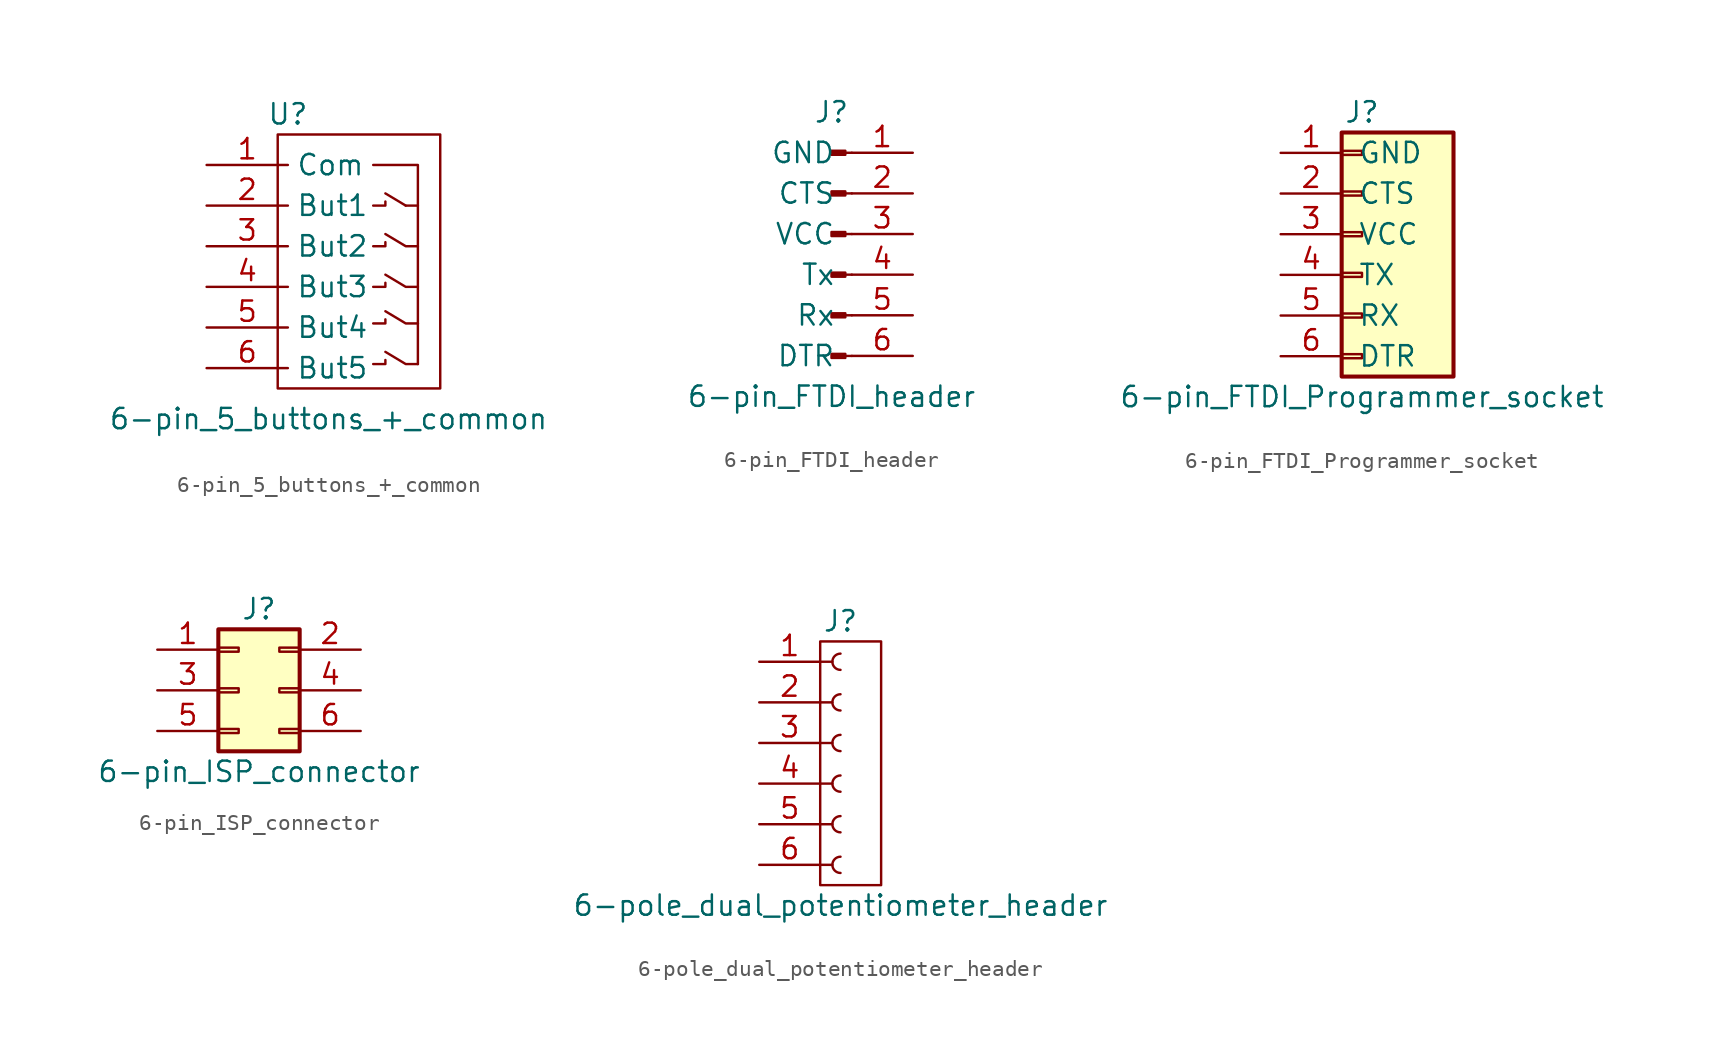
<source format=kicad_sym>
(kicad_symbol_lib
  (version 20231120)
  (generator "kicad_symbol_editor")
  (generator_version "8.0")
  (symbol "6-pin_5_buttons_+_common"
    (property "Reference" "U"
      (at 5.08 3.175 0)
      (effects (font (size 1.27 1.27))))
    (property "Value" "6-pin_5_buttons_+_common"
      (at 7.62 -15.875 0)
      (effects (font (size 1.27 1.27))))
    (symbol "6-pin_5_buttons_+_common_0_1"
      (polyline (pts (xy 11.176 -1.778) (xy 12.446 -2.54)) (stroke (width 0.152) (type default)) (fill (type none)))
      (polyline (pts (xy 13.208 -12.446) (xy 13.208 -9.906)) (stroke (width 0) (type default)) (fill (type none)))
      (polyline (pts (xy 10.414 -12.446) (xy 11.176 -12.446) (xy 11.176 -12.192)) (stroke (width 0.152) (type default)) (fill (type none)))
      (polyline (pts (xy 10.414 -9.906) (xy 11.176 -9.906) (xy 11.176 -9.652)) (stroke (width 0.152) (type default)) (fill (type none)))
      (polyline (pts (xy 10.414 -7.62) (xy 11.176 -7.62) (xy 11.176 -7.366)) (stroke (width 0.152) (type default)) (fill (type none)))
      (polyline (pts (xy 10.414 -5.08) (xy 11.176 -5.08) (xy 11.176 -4.826)) (stroke (width 0.152) (type default)) (fill (type none)))
      (polyline (pts (xy 10.414 -2.54) (xy 11.176 -2.54) (xy 11.176 -2.286)) (stroke (width 0.152) (type default)) (fill (type none)))
      (polyline (pts (xy 11.176 -6.858) (xy 12.446 -7.62) (xy 13.208 -7.62)) (stroke (width 0.152) (type default)) (fill (type none)))
      (polyline (pts (xy 12.446 -2.54) (xy 13.208 -2.54) (xy 13.208 -9.906)) (stroke (width 0.152) (type default)) (fill (type none)))
      (polyline (pts (xy 13.208 -12.446) (xy 12.446 -12.446) (xy 11.176 -11.684)) (stroke (width 0.152) (type default)) (fill (type none)))
      (polyline (pts (xy 13.208 -9.906) (xy 12.446 -9.906) (xy 11.176 -9.144)) (stroke (width 0.152) (type default)) (fill (type none)))
      (polyline (pts (xy 13.208 -5.08) (xy 12.446 -5.08) (xy 11.176 -4.318)) (stroke (width 0.152) (type default)) (fill (type none)))
      (polyline (pts (xy 13.208 -2.54) (xy 13.208 0) (xy 10.414 0)) (stroke (width 0.152) (type default)) (fill (type none)))
      (polyline (pts (xy 4.445 -13.97) (xy 4.445 1.905) (xy 14.605 1.905) (xy 14.605 -13.97) (xy 4.445 -13.97)) (stroke (width 0) (type default)) (fill (type none))))
    (symbol "6-pin_5_buttons_+_common_1_1"
      (pin input line (at 0 0 0) (length 5.08) (name "Com" (effects (font (size 1.27 1.27)))) (number "1" (effects (font (size 1.27 1.27)))))
      (pin output line (at 0 -2.54 0) (length 5.08) (name "But1" (effects (font (size 1.27 1.27)))) (number "2" (effects (font (size 1.27 1.27)))))
      (pin output line (at 0 -5.08 0) (length 5.08) (name "But2" (effects (font (size 1.27 1.27)))) (number "3" (effects (font (size 1.27 1.27)))))
      (pin output line (at 0 -7.62 0) (length 5.08) (name "But3" (effects (font (size 1.27 1.27)))) (number "4" (effects (font (size 1.27 1.27)))))
      (pin output line (at 0 -10.16 0) (length 5.08) (name "But4" (effects (font (size 1.27 1.27)))) (number "5" (effects (font (size 1.27 1.27)))))
      (pin output line (at 0 -12.7 0) (length 5.08) (name "But5" (effects (font (size 1.27 1.27)))) (number "6" (effects (font (size 1.27 1.27)))))))
  (symbol "6-pin_FTDI_header"
    (pin_names
      (offset 1.016))
    (property "Reference" "J"
      (at 0 7.62 0)
      (effects (font (size 1.27 1.27))))
    (property "Value" "6-pin_FTDI_header"
      (at 0 -10.16 0)
      (effects (font (size 1.27 1.27))))
    (symbol "6-pin_FTDI_header_1_1"
      (polyline (pts (xy 1.27 -7.62) (xy 0.864 -7.62)) (stroke (width 0.152) (type default)) (fill (type none)))
      (polyline (pts (xy 1.27 -5.08) (xy 0.864 -5.08)) (stroke (width 0.152) (type default)) (fill (type none)))
      (polyline (pts (xy 1.27 -2.54) (xy 0.864 -2.54)) (stroke (width 0.152) (type default)) (fill (type none)))
      (polyline (pts (xy 1.27 0) (xy 0.864 0)) (stroke (width 0.152) (type default)) (fill (type none)))
      (polyline (pts (xy 1.27 2.54) (xy 0.864 2.54)) (stroke (width 0.152) (type default)) (fill (type none)))
      (polyline (pts (xy 1.27 5.08) (xy 0.864 5.08)) (stroke (width 0.152) (type default)) (fill (type none)))
      (rectangle (start 0.864 -7.493) (end 0 -7.747) (stroke (width 0.152) (type default)) (fill (type outline)))
      (rectangle (start 0.864 -4.953) (end 0 -5.207) (stroke (width 0.152) (type default)) (fill (type outline)))
      (rectangle (start 0.864 -2.413) (end 0 -2.667) (stroke (width 0.152) (type default)) (fill (type outline)))
      (rectangle (start 0.864 0.127) (end 0 -0.127) (stroke (width 0.152) (type default)) (fill (type outline)))
      (rectangle (start 0.864 2.667) (end 0 2.413) (stroke (width 0.152) (type default)) (fill (type outline)))
      (rectangle (start 0.864 5.207) (end 0 4.953) (stroke (width 0.152) (type default)) (fill (type outline)))
      (pin passive line (at 5.08 5.08 180) (length 3.81) (name "GND" (effects (font (size 1.27 1.27)))) (number "1" (effects (font (size 1.27 1.27)))))
      (pin passive line (at 5.08 2.54 180) (length 3.81) (name "CTS" (effects (font (size 1.27 1.27)))) (number "2" (effects (font (size 1.27 1.27)))))
      (pin passive line (at 5.08 0 180) (length 3.81) (name "VCC" (effects (font (size 1.27 1.27)))) (number "3" (effects (font (size 1.27 1.27)))))
      (pin passive line (at 5.08 -2.54 180) (length 3.81) (name "Tx" (effects (font (size 1.27 1.27)))) (number "4" (effects (font (size 1.27 1.27)))))
      (pin passive line (at 5.08 -5.08 180) (length 3.81) (name "Rx" (effects (font (size 1.27 1.27)))) (number "5" (effects (font (size 1.27 1.27)))))
      (pin passive line (at 5.08 -7.62 180) (length 3.81) (name "DTR" (effects (font (size 1.27 1.27)))) (number "6" (effects (font (size 1.27 1.27)))))))
  (symbol "6-pin_FTDI_Programmer_socket"
    (pin_names
      (offset 1.016))
    (property "Reference" "J"
      (at 0 7.62 0)
      (effects (font (size 1.27 1.27))))
    (property "Value" "6-pin_FTDI_Programmer_socket"
      (at 0 -10.16 0)
      (effects (font (size 1.27 1.27))))
    (symbol "6-pin_FTDI_Programmer_socket_1_1"
      (rectangle (start -1.27 -7.493) (end 0 -7.747) (stroke (width 0.152) (type default)) (fill (type none)))
      (rectangle (start -1.27 -4.953) (end 0 -5.207) (stroke (width 0.152) (type default)) (fill (type none)))
      (rectangle (start -1.27 -2.413) (end 0 -2.667) (stroke (width 0.152) (type default)) (fill (type none)))
      (rectangle (start -1.27 0.127) (end 0 -0.127) (stroke (width 0.152) (type default)) (fill (type none)))
      (rectangle (start -1.27 2.667) (end 0 2.413) (stroke (width 0.152) (type default)) (fill (type none)))
      (rectangle (start -1.27 5.207) (end 0 4.953) (stroke (width 0.152) (type default)) (fill (type none)))
      (rectangle (start -1.27 6.35) (end 5.715 -8.89) (stroke (width 0.254) (type default)) (fill (type background)))
      (pin power_out line (at -5.08 5.08 0) (length 3.81) (name "GND" (effects (font (size 1.27 1.27)))) (number "1" (effects (font (size 1.27 1.27)))))
      (pin bidirectional line (at -5.08 2.54 0) (length 3.81) (name "CTS" (effects (font (size 1.27 1.27)))) (number "2" (effects (font (size 1.27 1.27)))))
      (pin power_out line (at -5.08 0 0) (length 3.81) (name "VCC" (effects (font (size 1.27 1.27)))) (number "3" (effects (font (size 1.27 1.27)))))
      (pin output line (at -5.08 -2.54 0) (length 3.81) (name "TX" (effects (font (size 1.27 1.27)))) (number "4" (effects (font (size 1.27 1.27)))))
      (pin input line (at -5.08 -5.08 0) (length 3.81) (name "RX" (effects (font (size 1.27 1.27)))) (number "5" (effects (font (size 1.27 1.27)))))
      (pin bidirectional line (at -5.08 -7.62 0) (length 3.81) (name "DTR" (effects (font (size 1.27 1.27)))) (number "6" (effects (font (size 1.27 1.27)))))))
  (symbol "6-pin_ISP_connector"
    (pin_names
      (offset 1.016) hide)
    (property "Reference" "J"
      (at 1.27 5.08 0)
      (effects (font (size 1.27 1.27))))
    (property "Value" "6-pin_ISP_connector"
      (at 1.27 -5.08 0)
      (effects (font (size 1.27 1.27))))
    (symbol "6-pin_ISP_connector_1_1"
      (rectangle (start -1.27 -2.413) (end 0 -2.667) (stroke (width 0.152) (type default)) (fill (type none)))
      (rectangle (start -1.27 0.127) (end 0 -0.127) (stroke (width 0.152) (type default)) (fill (type none)))
      (rectangle (start -1.27 2.667) (end 0 2.413) (stroke (width 0.152) (type default)) (fill (type none)))
      (rectangle (start -1.27 3.81) (end 3.81 -3.81) (stroke (width 0.254) (type default)) (fill (type background)))
      (rectangle (start 3.81 -2.413) (end 2.54 -2.667) (stroke (width 0.152) (type default)) (fill (type none)))
      (rectangle (start 3.81 0.127) (end 2.54 -0.127) (stroke (width 0.152) (type default)) (fill (type none)))
      (rectangle (start 3.81 2.667) (end 2.54 2.413) (stroke (width 0.152) (type default)) (fill (type none)))
      (pin passive line (at -5.08 2.54 0) (length 3.81) (name "Pin_1" (effects (font (size 1.27 1.27)))) (number "1" (effects (font (size 1.27 1.27)))))
      (pin passive line (at 7.62 2.54 180) (length 3.81) (name "Pin_2" (effects (font (size 1.27 1.27)))) (number "2" (effects (font (size 1.27 1.27)))))
      (pin passive line (at -5.08 0 0) (length 3.81) (name "Pin_3" (effects (font (size 1.27 1.27)))) (number "3" (effects (font (size 1.27 1.27)))))
      (pin passive line (at 7.62 0 180) (length 3.81) (name "Pin_4" (effects (font (size 1.27 1.27)))) (number "4" (effects (font (size 1.27 1.27)))))
      (pin passive line (at -5.08 -2.54 0) (length 3.81) (name "Pin_5" (effects (font (size 1.27 1.27)))) (number "5" (effects (font (size 1.27 1.27)))))
      (pin passive line (at 7.62 -2.54 180) (length 3.81) (name "Pin_6" (effects (font (size 1.27 1.27)))) (number "6" (effects (font (size 1.27 1.27)))))))
  (symbol "6-pole_dual_potentiometer_header"
    (pin_names
      (offset 1.016) hide)
    (property "Reference" "J"
      (at 0 7.62 0)
      (effects (font (size 1.27 1.27))))
    (property "Value" "6-pole_dual_potentiometer_header"
      (at 0 -10.16 0)
      (effects (font (size 1.27 1.27))))
    (symbol "6-pole_dual_potentiometer_header_0_1"
      (rectangle (start -1.27 6.35) (end 2.54 -8.89) (stroke (width 0) (type default)) (fill (type none))))
    (symbol "6-pole_dual_potentiometer_header_1_1"
      (arc (start 0 -7.112) (mid -0.5058 -7.62) (end 0 -8.128) (stroke (width 0.1524) (type default)) (fill (type none)))
      (arc (start 0 -4.572) (mid -0.5058 -5.08) (end 0 -5.588) (stroke (width 0.1524) (type default)) (fill (type none)))
      (arc (start 0 -2.032) (mid -0.5058 -2.54) (end 0 -3.048) (stroke (width 0.1524) (type default)) (fill (type none)))
      (polyline (pts (xy -1.27 -7.62) (xy -0.508 -7.62)) (stroke (width 0.152) (type default)) (fill (type none)))
      (polyline (pts (xy -1.27 -5.08) (xy -0.508 -5.08)) (stroke (width 0.152) (type default)) (fill (type none)))
      (polyline (pts (xy -1.27 -2.54) (xy -0.508 -2.54)) (stroke (width 0.152) (type default)) (fill (type none)))
      (polyline (pts (xy -1.27 0) (xy -0.508 0)) (stroke (width 0.152) (type default)) (fill (type none)))
      (polyline (pts (xy -1.27 2.54) (xy -0.508 2.54)) (stroke (width 0.152) (type default)) (fill (type none)))
      (polyline (pts (xy -1.27 5.08) (xy -0.508 5.08)) (stroke (width 0.152) (type default)) (fill (type none)))
      (arc (start 0 0.508) (mid -0.5058 0) (end 0 -0.508) (stroke (width 0.1524) (type default)) (fill (type none)))
      (arc (start 0 3.048) (mid -0.5058 2.54) (end 0 2.032) (stroke (width 0.1524) (type default)) (fill (type none)))
      (arc (start 0 5.588) (mid -0.5058 5.08) (end 0 4.572) (stroke (width 0.1524) (type default)) (fill (type none)))
      (pin passive line (at -5.08 5.08 0) (length 3.81) (name "Pin_1" (effects (font (size 1.27 1.27)))) (number "1" (effects (font (size 1.27 1.27)))))
      (pin passive line (at -5.08 2.54 0) (length 3.81) (name "Pin_2" (effects (font (size 1.27 1.27)))) (number "2" (effects (font (size 1.27 1.27)))))
      (pin passive line (at -5.08 0 0) (length 3.81) (name "Pin_3" (effects (font (size 1.27 1.27)))) (number "3" (effects (font (size 1.27 1.27)))))
      (pin passive line (at -5.08 -2.54 0) (length 3.81) (name "Pin_4" (effects (font (size 1.27 1.27)))) (number "4" (effects (font (size 1.27 1.27)))))
      (pin passive line (at -5.08 -5.08 0) (length 3.81) (name "Pin_5" (effects (font (size 1.27 1.27)))) (number "5" (effects (font (size 1.27 1.27)))))
      (pin passive line (at -5.08 -7.62 0) (length 3.81) (name "Pin_6" (effects (font (size 1.27 1.27)))) (number "6" (effects (font (size 1.27 1.27))))))))
</source>
